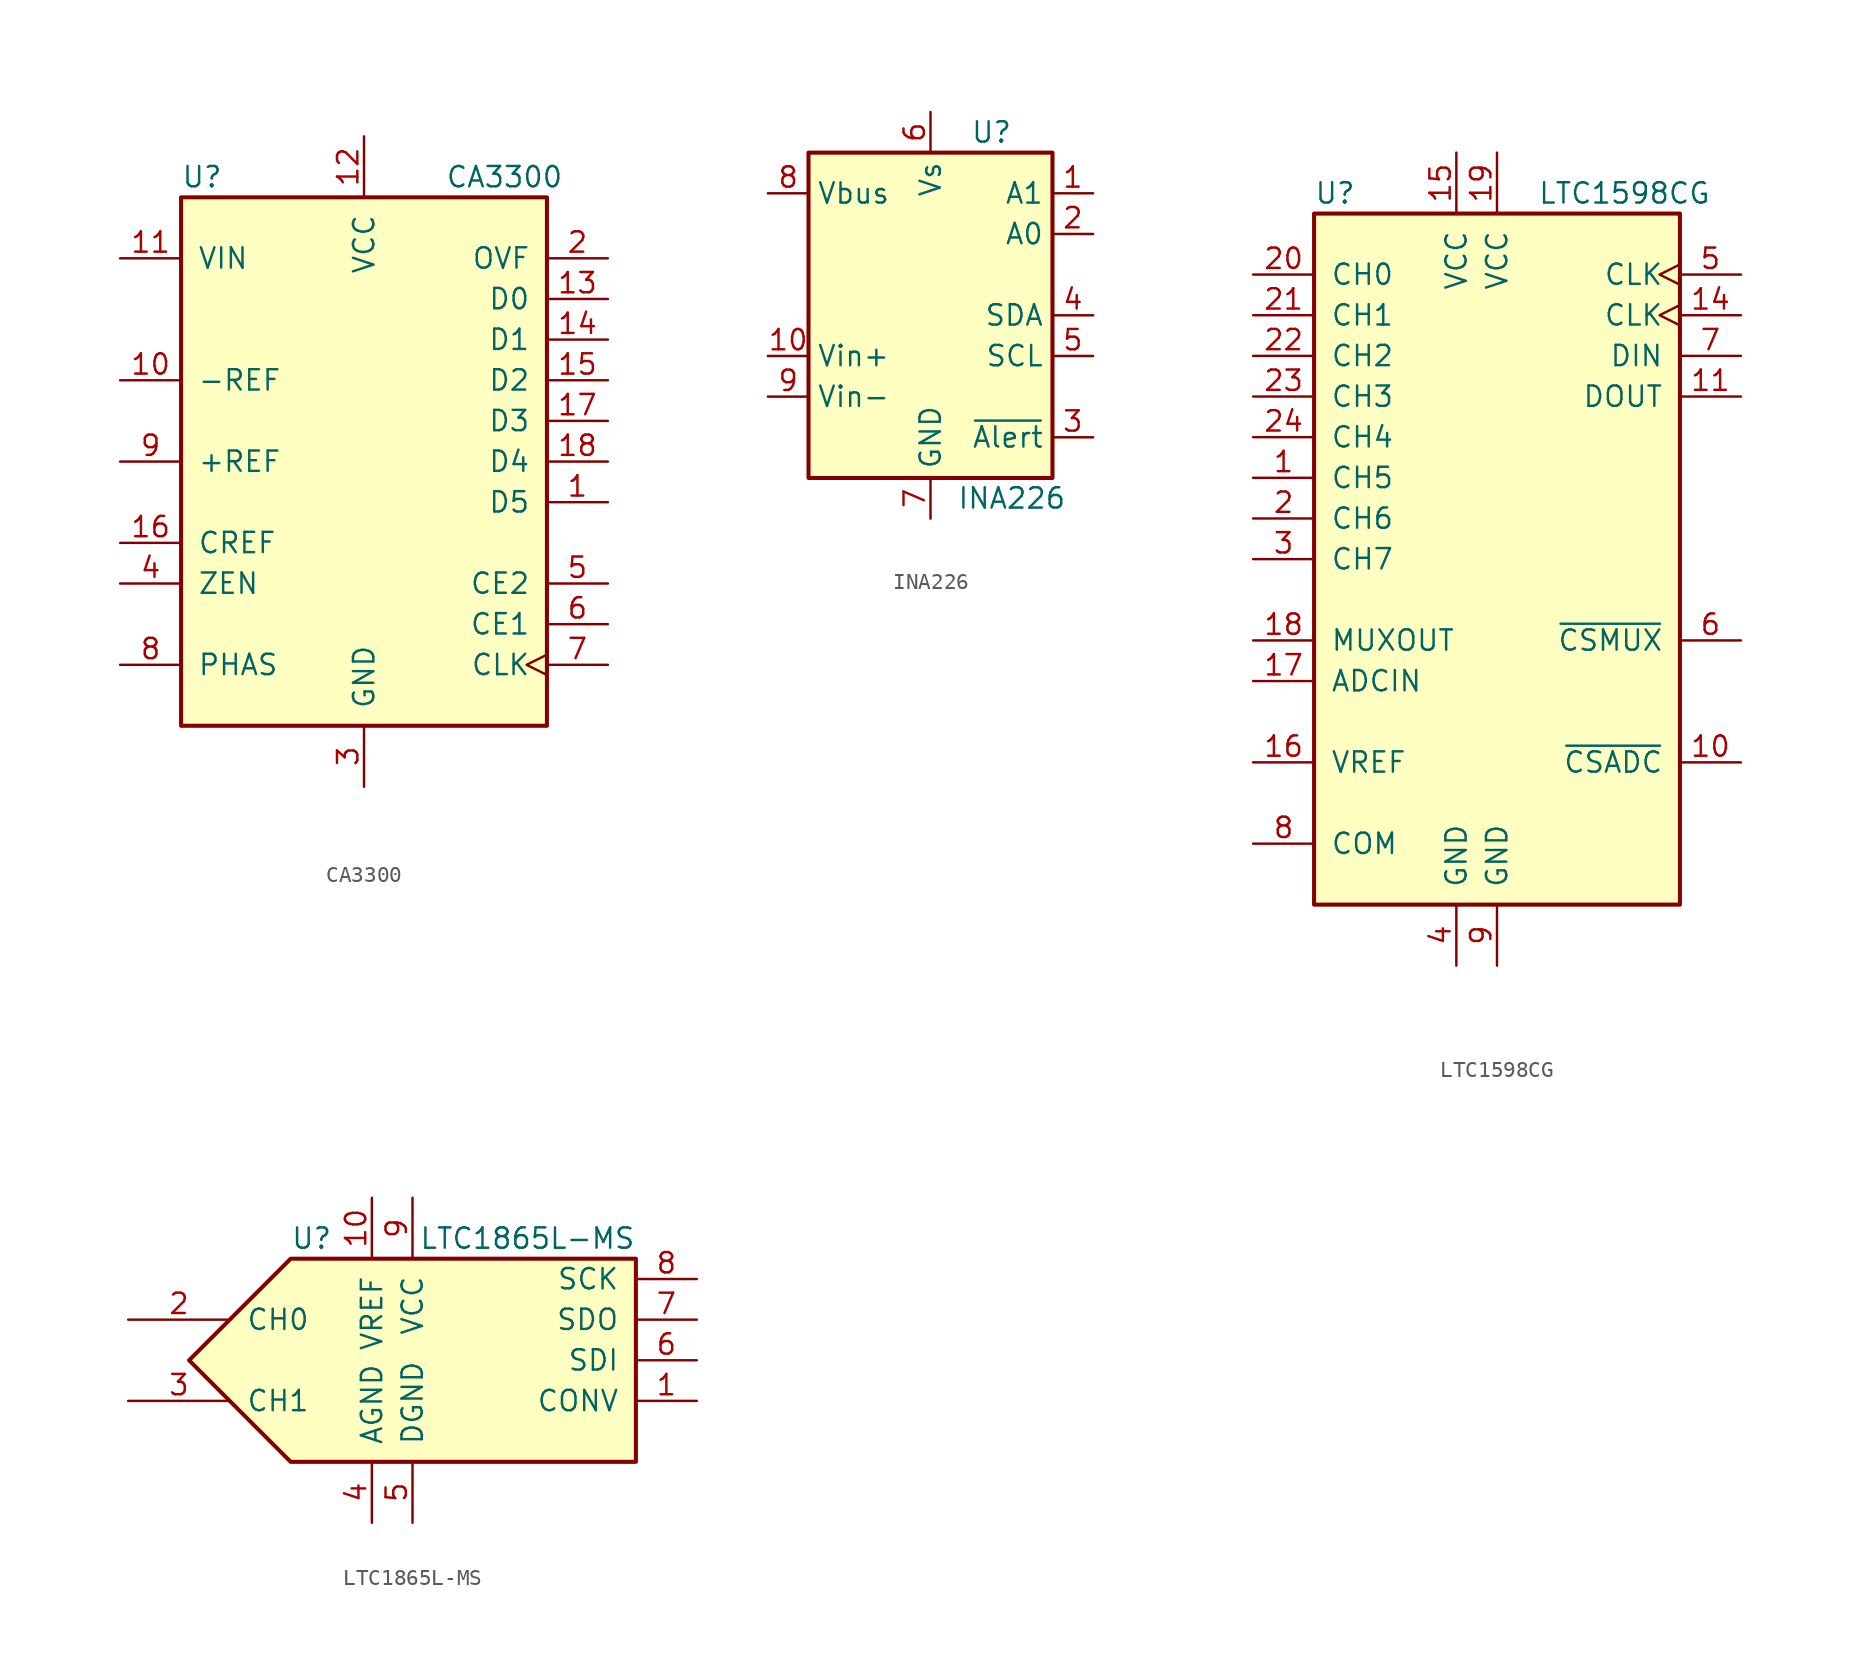
<source format=kicad_sym>
(kicad_symbol_lib
  (version 20201005)
  (generator kicad_symbol_editor)
  (symbol "CA3300"
    (pin_names
      (offset 1.016))
    (property "Reference" "U"
      (at -11.43 17.78 0)
      (effects (font (size 1.27 1.27)) (justify left)))
    (property "Value" "CA3300"
      (at 5.08 17.78 0)
      (effects (font (size 1.27 1.27)) (justify left)))
    (symbol "CA3300_0_1"
      (rectangle (start -11.43 -16.51) (end 11.43 16.51) (stroke (width 0.254)) (fill (type background))))
    (symbol "CA3300_1_1"
      (pin tri_state line (at 15.24 -2.54 180) (length 3.81) (name "D5" (effects (font (size 1.27 1.27)))) (number "1" (effects (font (size 1.27 1.27)))))
      (pin input line (at -15.24 5.08 0) (length 3.81) (name "-REF" (effects (font (size 1.27 1.27)))) (number "10" (effects (font (size 1.27 1.27)))))
      (pin input line (at -15.24 12.7 0) (length 3.81) (name "VIN" (effects (font (size 1.27 1.27)))) (number "11" (effects (font (size 1.27 1.27)))))
      (pin power_in line (at 0 20.32 270) (length 3.81) (name "VCC" (effects (font (size 1.27 1.27)))) (number "12" (effects (font (size 1.27 1.27)))))
      (pin tri_state line (at 15.24 10.16 180) (length 3.81) (name "D0" (effects (font (size 1.27 1.27)))) (number "13" (effects (font (size 1.27 1.27)))))
      (pin tri_state line (at 15.24 7.62 180) (length 3.81) (name "D1" (effects (font (size 1.27 1.27)))) (number "14" (effects (font (size 1.27 1.27)))))
      (pin tri_state line (at 15.24 5.08 180) (length 3.81) (name "D2" (effects (font (size 1.27 1.27)))) (number "15" (effects (font (size 1.27 1.27)))))
      (pin input line (at -15.24 -5.08 0) (length 3.81) (name "CREF" (effects (font (size 1.27 1.27)))) (number "16" (effects (font (size 1.27 1.27)))))
      (pin tri_state line (at 15.24 2.54 180) (length 3.81) (name "D3" (effects (font (size 1.27 1.27)))) (number "17" (effects (font (size 1.27 1.27)))))
      (pin tri_state line (at 15.24 0 180) (length 3.81) (name "D4" (effects (font (size 1.27 1.27)))) (number "18" (effects (font (size 1.27 1.27)))))
      (pin tri_state line (at 15.24 12.7 180) (length 3.81) (name "OVF" (effects (font (size 1.27 1.27)))) (number "2" (effects (font (size 1.27 1.27)))))
      (pin power_in line (at 0 -20.32 90) (length 3.81) (name "GND" (effects (font (size 1.27 1.27)))) (number "3" (effects (font (size 1.27 1.27)))))
      (pin input line (at -15.24 -7.62 0) (length 3.81) (name "ZEN" (effects (font (size 1.27 1.27)))) (number "4" (effects (font (size 1.27 1.27)))))
      (pin input line (at 15.24 -7.62 180) (length 3.81) (name "CE2" (effects (font (size 1.27 1.27)))) (number "5" (effects (font (size 1.27 1.27)))))
      (pin input line (at 15.24 -10.16 180) (length 3.81) (name "CE1" (effects (font (size 1.27 1.27)))) (number "6" (effects (font (size 1.27 1.27)))))
      (pin input clock (at 15.24 -12.7 180) (length 3.81) (name "CLK" (effects (font (size 1.27 1.27)))) (number "7" (effects (font (size 1.27 1.27)))))
      (pin input line (at -15.24 -12.7 0) (length 3.81) (name "PHAS" (effects (font (size 1.27 1.27)))) (number "8" (effects (font (size 1.27 1.27)))))
      (pin input line (at -15.24 0 0) (length 3.81) (name "+REF" (effects (font (size 1.27 1.27)))) (number "9" (effects (font (size 1.27 1.27)))))))
  (symbol "INA226"
    (property "Reference" "U"
      (at 3.81 11.43 0)
      (effects (font (size 1.27 1.27))))
    (property "Value" "INA226"
      (at 5.08 -11.43 0)
      (effects (font (size 1.27 1.27))))
    (symbol "INA226_0_1"
      (rectangle (start 7.62 10.16) (end -7.62 -10.16) (stroke (width 0.254)) (fill (type background))))
    (symbol "INA226_1_1"
      (pin passive line (at 10.16 7.62 180) (length 2.54) (name "A1" (effects (font (size 1.27 1.27)))) (number "1" (effects (font (size 1.27 1.27)))))
      (pin input line (at -10.16 -2.54 0) (length 2.54) (name "Vin+" (effects (font (size 1.27 1.27)))) (number "10" (effects (font (size 1.27 1.27)))))
      (pin passive line (at 10.16 5.08 180) (length 2.54) (name "A0" (effects (font (size 1.27 1.27)))) (number "2" (effects (font (size 1.27 1.27)))))
      (pin open_collector line (at 10.16 -7.62 180) (length 2.54) (name "~Alert~" (effects (font (size 1.27 1.27)))) (number "3" (effects (font (size 1.27 1.27)))))
      (pin bidirectional line (at 10.16 0 180) (length 2.54) (name "SDA" (effects (font (size 1.27 1.27)))) (number "4" (effects (font (size 1.27 1.27)))))
      (pin input line (at 10.16 -2.54 180) (length 2.54) (name "SCL" (effects (font (size 1.27 1.27)))) (number "5" (effects (font (size 1.27 1.27)))))
      (pin power_in line (at 0 12.7 270) (length 2.54) (name "Vs" (effects (font (size 1.27 1.27)))) (number "6" (effects (font (size 1.27 1.27)))))
      (pin power_in line (at 0 -12.7 90) (length 2.54) (name "GND" (effects (font (size 1.27 1.27)))) (number "7" (effects (font (size 1.27 1.27)))))
      (pin input line (at -10.16 7.62 0) (length 2.54) (name "Vbus" (effects (font (size 1.27 1.27)))) (number "8" (effects (font (size 1.27 1.27)))))
      (pin input line (at -10.16 -5.08 0) (length 2.54) (name "Vin-" (effects (font (size 1.27 1.27)))) (number "9" (effects (font (size 1.27 1.27)))))))
  (symbol "LTC1598CG"
    (pin_names
      (offset 1.016))
    (property "Reference" "U"
      (at -11.43 22.86 0)
      (effects (font (size 1.27 1.27)) (justify left)))
    (property "Value" "LTC1598CG"
      (at 2.54 22.86 0)
      (effects (font (size 1.27 1.27)) (justify left)))
    (symbol "LTC1598CG_0_1"
      (rectangle (start -11.43 21.59) (end 11.43 -21.59) (stroke (width 0.254)) (fill (type background))))
    (symbol "LTC1598CG_1_1"
      (pin input line (at -15.24 5.08 0) (length 3.81) (name "CH5" (effects (font (size 1.27 1.27)))) (number "1" (effects (font (size 1.27 1.27)))))
      (pin input line (at 15.24 -12.7 180) (length 3.81) (name "~CSADC~" (effects (font (size 1.27 1.27)))) (number "10" (effects (font (size 1.27 1.27)))))
      (pin output line (at 15.24 10.16 180) (length 3.81) (name "DOUT" (effects (font (size 1.27 1.27)))) (number "11" (effects (font (size 1.27 1.27)))))
      (pin no_connect line (at 2.54 -25.4 90) (length 3.81) hide (name "NC" (effects (font (size 1.27 1.27)))) (number "12" (effects (font (size 1.27 1.27)))))
      (pin no_connect line (at 5.08 -25.4 90) (length 3.81) hide (name "NC" (effects (font (size 1.27 1.27)))) (number "13" (effects (font (size 1.27 1.27)))))
      (pin input clock (at 15.24 15.24 180) (length 3.81) (name "CLK" (effects (font (size 1.27 1.27)))) (number "14" (effects (font (size 1.27 1.27)))))
      (pin power_in line (at -2.54 25.4 270) (length 3.81) (name "VCC" (effects (font (size 1.27 1.27)))) (number "15" (effects (font (size 1.27 1.27)))))
      (pin input line (at -15.24 -12.7 0) (length 3.81) (name "VREF" (effects (font (size 1.27 1.27)))) (number "16" (effects (font (size 1.27 1.27)))))
      (pin input line (at -15.24 -7.62 0) (length 3.81) (name "ADCIN" (effects (font (size 1.27 1.27)))) (number "17" (effects (font (size 1.27 1.27)))))
      (pin output line (at -15.24 -5.08 0) (length 3.81) (name "MUXOUT" (effects (font (size 1.27 1.27)))) (number "18" (effects (font (size 1.27 1.27)))))
      (pin power_in line (at 0 25.4 270) (length 3.81) (name "VCC" (effects (font (size 1.27 1.27)))) (number "19" (effects (font (size 1.27 1.27)))))
      (pin input line (at -15.24 2.54 0) (length 3.81) (name "CH6" (effects (font (size 1.27 1.27)))) (number "2" (effects (font (size 1.27 1.27)))))
      (pin input line (at -15.24 17.78 0) (length 3.81) (name "CH0" (effects (font (size 1.27 1.27)))) (number "20" (effects (font (size 1.27 1.27)))))
      (pin input line (at -15.24 15.24 0) (length 3.81) (name "CH1" (effects (font (size 1.27 1.27)))) (number "21" (effects (font (size 1.27 1.27)))))
      (pin input line (at -15.24 12.7 0) (length 3.81) (name "CH2" (effects (font (size 1.27 1.27)))) (number "22" (effects (font (size 1.27 1.27)))))
      (pin input line (at -15.24 10.16 0) (length 3.81) (name "CH3" (effects (font (size 1.27 1.27)))) (number "23" (effects (font (size 1.27 1.27)))))
      (pin input line (at -15.24 7.62 0) (length 3.81) (name "CH4" (effects (font (size 1.27 1.27)))) (number "24" (effects (font (size 1.27 1.27)))))
      (pin input line (at -15.24 0 0) (length 3.81) (name "CH7" (effects (font (size 1.27 1.27)))) (number "3" (effects (font (size 1.27 1.27)))))
      (pin power_in line (at -2.54 -25.4 90) (length 3.81) (name "GND" (effects (font (size 1.27 1.27)))) (number "4" (effects (font (size 1.27 1.27)))))
      (pin input clock (at 15.24 17.78 180) (length 3.81) (name "CLK" (effects (font (size 1.27 1.27)))) (number "5" (effects (font (size 1.27 1.27)))))
      (pin input line (at 15.24 -5.08 180) (length 3.81) (name "~CSMUX~" (effects (font (size 1.27 1.27)))) (number "6" (effects (font (size 1.27 1.27)))))
      (pin input line (at 15.24 12.7 180) (length 3.81) (name "DIN" (effects (font (size 1.27 1.27)))) (number "7" (effects (font (size 1.27 1.27)))))
      (pin input line (at -15.24 -17.78 0) (length 3.81) (name "COM" (effects (font (size 1.27 1.27)))) (number "8" (effects (font (size 1.27 1.27)))))
      (pin power_in line (at 0 -25.4 90) (length 3.81) (name "GND" (effects (font (size 1.27 1.27)))) (number "9" (effects (font (size 1.27 1.27)))))))
  (symbol "LTC1865L-MS"
    (pin_names
      (offset 1.016))
    (property "Reference" "U"
      (at -10.16 7.62 0)
      (effects (font (size 1.27 1.27)) (justify left)))
    (property "Value" "LTC1865L-MS"
      (at 11.43 7.62 0)
      (effects (font (size 1.27 1.27)) (justify right)))
    (symbol "LTC1865L-MS_0_1"
      (polyline (pts (xy 11.43 6.35) (xy -10.16 6.35) (xy -16.51 0) (xy -10.16 -6.35) (xy 11.43 -6.35) (xy 11.43 6.35)) (stroke (width 0.254)) (fill (type background))))
    (symbol "LTC1865L-MS_1_1"
      (pin input line (at 15.24 -2.54 180) (length 3.81) (name "CONV" (effects (font (size 1.27 1.27)))) (number "1" (effects (font (size 1.27 1.27)))))
      (pin input line (at -5.08 10.16 270) (length 3.81) (name "VREF" (effects (font (size 1.27 1.27)))) (number "10" (effects (font (size 1.27 1.27)))))
      (pin input line (at -20.32 2.54 0) (length 6.35) (name "CH0" (effects (font (size 1.27 1.27)))) (number "2" (effects (font (size 1.27 1.27)))))
      (pin input line (at -20.32 -2.54 0) (length 6.35) (name "CH1" (effects (font (size 1.27 1.27)))) (number "3" (effects (font (size 1.27 1.27)))))
      (pin power_in line (at -5.08 -10.16 90) (length 3.81) (name "AGND" (effects (font (size 1.27 1.27)))) (number "4" (effects (font (size 1.27 1.27)))))
      (pin power_in line (at -2.54 -10.16 90) (length 3.81) (name "DGND" (effects (font (size 1.27 1.27)))) (number "5" (effects (font (size 1.27 1.27)))))
      (pin input line (at 15.24 0 180) (length 3.81) (name "SDI" (effects (font (size 1.27 1.27)))) (number "6" (effects (font (size 1.27 1.27)))))
      (pin output line (at 15.24 2.54 180) (length 3.81) (name "SDO" (effects (font (size 1.27 1.27)))) (number "7" (effects (font (size 1.27 1.27)))))
      (pin input line (at 15.24 5.08 180) (length 3.81) (name "SCK" (effects (font (size 1.27 1.27)))) (number "8" (effects (font (size 1.27 1.27)))))
      (pin power_in line (at -2.54 10.16 270) (length 3.81) (name "VCC" (effects (font (size 1.27 1.27)))) (number "9" (effects (font (size 1.27 1.27))))))))
</source>
